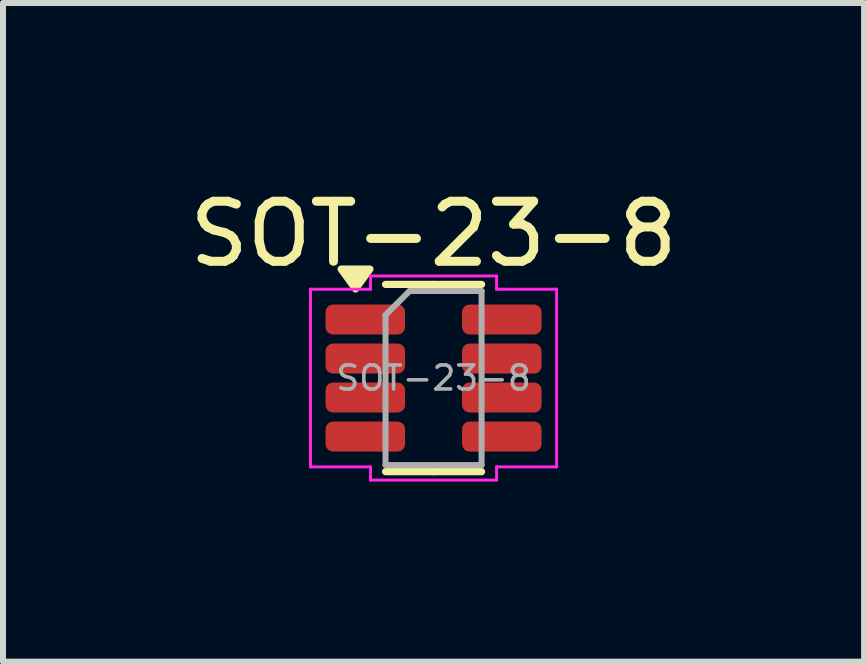
<source format=kicad_pcb>
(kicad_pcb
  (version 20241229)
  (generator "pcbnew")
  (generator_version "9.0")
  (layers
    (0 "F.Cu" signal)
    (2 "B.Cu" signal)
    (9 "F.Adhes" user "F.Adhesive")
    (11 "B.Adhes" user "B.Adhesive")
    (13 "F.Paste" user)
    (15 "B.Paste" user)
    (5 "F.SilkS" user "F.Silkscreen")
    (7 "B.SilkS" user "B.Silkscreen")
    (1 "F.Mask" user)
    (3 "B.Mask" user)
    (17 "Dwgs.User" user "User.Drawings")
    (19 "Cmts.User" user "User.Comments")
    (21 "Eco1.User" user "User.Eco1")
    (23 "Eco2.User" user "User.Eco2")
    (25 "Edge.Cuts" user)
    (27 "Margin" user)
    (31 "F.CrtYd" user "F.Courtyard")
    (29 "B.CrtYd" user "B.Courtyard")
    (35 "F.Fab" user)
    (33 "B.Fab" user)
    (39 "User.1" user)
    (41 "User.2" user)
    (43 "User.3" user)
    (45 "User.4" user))
  (footprint "SOT-23-8"
    (layer "F.Cu")
    (at 4.173 3.248)
    (property "Reference" "SOT-23-8" (at 0 -2.4 0) (layer "F.SilkS") (effects (font (size 1 1) (thickness 0.15))))
    (attr smd)
    (fp_line (start 0 -1.56) (end -0.8 -1.56) (stroke (width 0.12) (type solid)) (layer "F.SilkS"))
    (fp_line (start 0 -1.56) (end 0.8 -1.56) (stroke (width 0.12) (type solid)) (layer "F.SilkS"))
    (fp_line (start 0 1.56) (end -0.8 1.56) (stroke (width 0.12) (type solid)) (layer "F.SilkS"))
    (fp_line (start 0 1.56) (end 0.8 1.56) (stroke (width 0.12) (type solid)) (layer "F.SilkS"))
    (fp_poly (pts (xy -1.3 -1.485) (xy -1.54 -1.815) (xy -1.06 -1.815)) (stroke (width 0.12) (type solid)) (fill yes) (layer "F.SilkS"))
    (fp_line (start -2.05 -1.48) (end -1.05 -1.48) (stroke (width 0.05) (type solid)) (layer "F.CrtYd"))
    (fp_line (start -2.05 1.48) (end -2.05 -1.48) (stroke (width 0.05) (type solid)) (layer "F.CrtYd"))
    (fp_line (start -1.05 -1.7) (end 1.05 -1.7) (stroke (width 0.05) (type solid)) (layer "F.CrtYd"))
    (fp_line (start -1.05 -1.48) (end -1.05 -1.7) (stroke (width 0.05) (type solid)) (layer "F.CrtYd"))
    (fp_line (start -1.05 1.48) (end -2.05 1.48) (stroke (width 0.05) (type solid)) (layer "F.CrtYd"))
    (fp_line (start -1.05 1.7) (end -1.05 1.48) (stroke (width 0.05) (type solid)) (layer "F.CrtYd"))
    (fp_line (start 1.05 -1.7) (end 1.05 -1.48) (stroke (width 0.05) (type solid)) (layer "F.CrtYd"))
    (fp_line (start 1.05 -1.48) (end 2.05 -1.48) (stroke (width 0.05) (type solid)) (layer "F.CrtYd"))
    (fp_line (start 1.05 1.48) (end 1.05 1.7) (stroke (width 0.05) (type solid)) (layer "F.CrtYd"))
    (fp_line (start 1.05 1.7) (end -1.05 1.7) (stroke (width 0.05) (type solid)) (layer "F.CrtYd"))
    (fp_line (start 2.05 -1.48) (end 2.05 1.48) (stroke (width 0.05) (type solid)) (layer "F.CrtYd"))
    (fp_line (start 2.05 1.48) (end 1.05 1.48) (stroke (width 0.05) (type solid)) (layer "F.CrtYd"))
    (fp_line (start -0.8 -1.05) (end -0.4 -1.45) (stroke (width 0.1) (type solid)) (layer "F.Fab"))
    (fp_line (start -0.8 1.45) (end -0.8 -1.05) (stroke (width 0.1) (type solid)) (layer "F.Fab"))
    (fp_line (start -0.4 -1.45) (end 0.8 -1.45) (stroke (width 0.1) (type solid)) (layer "F.Fab"))
    (fp_line (start 0.8 -1.45) (end 0.8 1.45) (stroke (width 0.1) (type solid)) (layer "F.Fab"))
    (fp_line (start 0.8 1.45) (end -0.8 1.45) (stroke (width 0.1) (type solid)) (layer "F.Fab"))
    (fp_text user "${REFERENCE}" (at 0 0 0) (layer "F.Fab") (effects (font (size 0.4 0.4) (thickness 0.06))))
    (pad "1" smd roundrect (at -1.137 -0.975) (size 1.325 0.5) (layers "F.Cu" "F.Mask" "F.Paste") (roundrect_rratio 0.25))
    (pad "2" smd roundrect (at -1.137 -0.325) (size 1.325 0.5) (layers "F.Cu" "F.Mask" "F.Paste") (roundrect_rratio 0.25))
    (pad "3" smd roundrect (at -1.137 0.325) (size 1.325 0.5) (layers "F.Cu" "F.Mask" "F.Paste") (roundrect_rratio 0.25))
    (pad "4" smd roundrect (at -1.137 0.975) (size 1.325 0.5) (layers "F.Cu" "F.Mask" "F.Paste") (roundrect_rratio 0.25))
    (pad "5" smd roundrect (at 1.137 0.975) (size 1.325 0.5) (layers "F.Cu" "F.Mask" "F.Paste") (roundrect_rratio 0.25))
    (pad "6" smd roundrect (at 1.137 0.325) (size 1.325 0.5) (layers "F.Cu" "F.Mask" "F.Paste") (roundrect_rratio 0.25))
    (pad "7" smd roundrect (at 1.137 -0.325) (size 1.325 0.5) (layers "F.Cu" "F.Mask" "F.Paste") (roundrect_rratio 0.25))
    (pad "8" smd roundrect (at 1.137 -0.975) (size 1.325 0.5) (layers "F.Cu" "F.Mask" "F.Paste") (roundrect_rratio 0.25)))
  (gr_rect
    (start -3 -3)
    (end 11.345 7.973)
    (stroke (width 0.1) (type default))
    (fill no)
    (layer "Edge.Cuts")))
</source>
